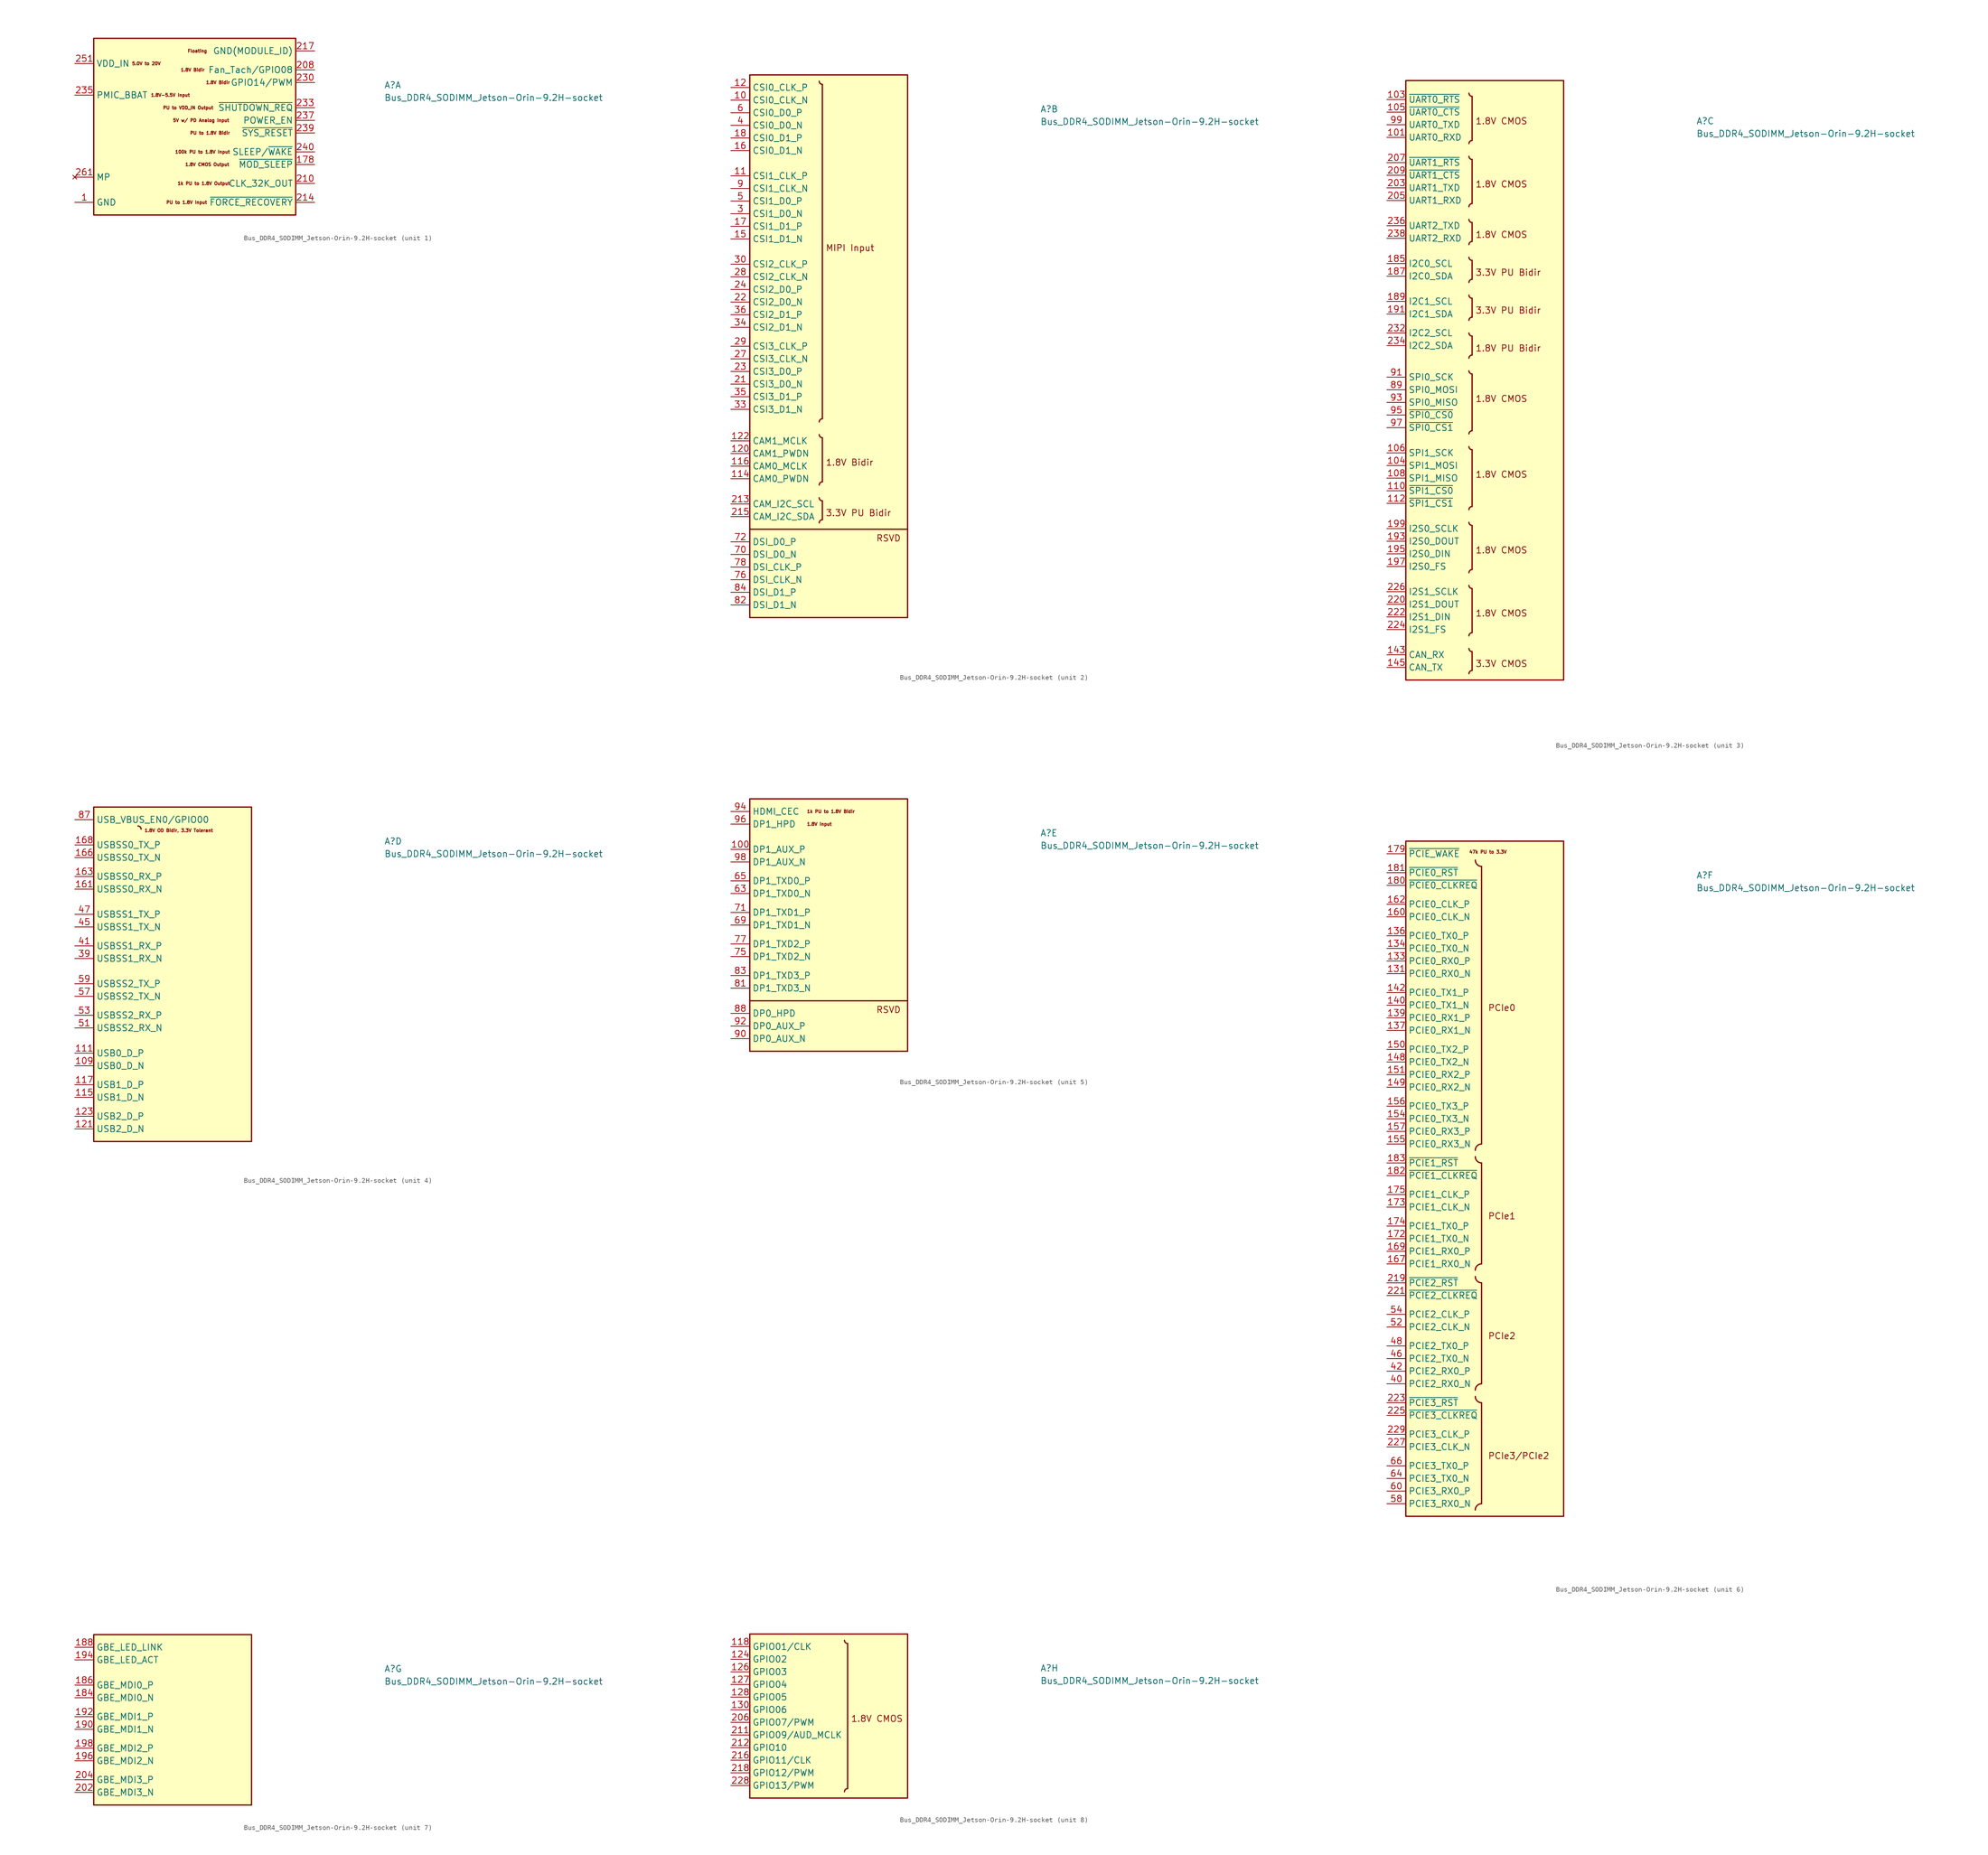
<source format=kicad_sym>
(kicad_symbol_lib
  (version 20211014)
  (generator kicad_symbol_editor)
  (symbol "Bus_DDR4_SODIMM_Jetson-Orin-9.2H-socket"
    (property "Reference" "A"
      (at 62.23 -5.08 0)
      (effects (font (size 1.27 1.27) (thickness 0.15)) (justify left bottom)))
    (property "Value" "Bus_DDR4_SODIMM_Jetson-Orin-9.2H-socket"
      (at 62.23 -7.62 0)
      (effects (font (size 1.27 1.27) (thickness 0.15)) (justify left bottom)))
    (property "ki_locked" ""
      (at 0 0 0)
      (effects (font (size 1.27 1.27))))
    (symbol "Bus_DDR4_SODIMM_Jetson-Orin-9.2H-socket_1_1"
      (rectangle (start 3.81 5.08) (end 44.45 -30.48) (stroke (width 0.254) (type default) (color 0 0 0 0)) (fill (type background)))
      (text "1.8V Bidir " (at 26.67 -1.27 0) (effects (font (size 0.635 0.635) (thickness 0.15)) (justify right)))
      (text "1.8V Bidir " (at 31.75 -3.81 0) (effects (font (size 0.635 0.635) (thickness 0.15)) (justify right)))
      (text "1.8V CMOS Output" (at 31.115 -20.32 0) (effects (font (size 0.635 0.635) (thickness 0.15)) (justify right)))
      (text "1.8V-5.5V Input" (at 15.24 -6.35 0) (effects (font (size 0.635 0.635) (thickness 0.15)) (justify left)))
      (text "100k PU to 1.8V Input " (at 31.75 -17.78 0) (effects (font (size 0.635 0.635) (thickness 0.15)) (justify right)))
      (text "1k PU to 1.8V Output " (at 31.75 -24.13 0) (effects (font (size 0.635 0.635) (thickness 0.15)) (justify right)))
      (text "5.0V to 20V" (at 11.43 0 0) (effects (font (size 0.635 0.635) (thickness 0.15)) (justify left)))
      (text "5V w/ PD Analog Input" (at 31.115 -11.43 0) (effects (font (size 0.635 0.635) (thickness 0.15)) (justify right)))
      (text "Floating" (at 26.67 2.54 0) (effects (font (size 0.635 0.635) (thickness 0.15)) (justify right)))
      (text "PU to 1.8V Bidir " (at 31.75 -13.97 0) (effects (font (size 0.635 0.635) (thickness 0.15)) (justify right)))
      (text "PU to 1.8V Input" (at 26.67 -27.94 0) (effects (font (size 0.635 0.635) (thickness 0.15)) (justify right)))
      (text "PU to VDD_IN Output" (at 27.94 -8.89 0) (effects (font (size 0.635 0.635) (thickness 0.15)) (justify right)))
      (pin passive line (at 0 -27.94 0) (length 3.81) (name "GND" (effects (font (size 1.27 1.27)))) (number "1" (effects (font (size 1.27 1.27)))))
      (pin passive line (at 0 -27.94 0) (length 3.81) hide (name "GND" (effects (font (size 1.27 1.27)))) (number "102" (effects (font (size 1.27 1.27)))))
      (pin passive line (at 0 -27.94 0) (length 3.81) hide (name "GND" (effects (font (size 1.27 1.27)))) (number "107" (effects (font (size 1.27 1.27)))))
      (pin passive line (at 0 -27.94 0) (length 3.81) hide (name "GND" (effects (font (size 1.27 1.27)))) (number "113" (effects (font (size 1.27 1.27)))))
      (pin passive line (at 0 -27.94 0) (length 3.81) hide (name "GND" (effects (font (size 1.27 1.27)))) (number "119" (effects (font (size 1.27 1.27)))))
      (pin passive line (at 0 -27.94 0) (length 3.81) hide (name "GND" (effects (font (size 1.27 1.27)))) (number "125" (effects (font (size 1.27 1.27)))))
      (pin passive line (at 0 -27.94 0) (length 3.81) hide (name "GND" (effects (font (size 1.27 1.27)))) (number "129" (effects (font (size 1.27 1.27)))))
      (pin passive line (at 0 -27.94 0) (length 3.81) hide (name "GND" (effects (font (size 1.27 1.27)))) (number "13" (effects (font (size 1.27 1.27)))))
      (pin passive line (at 0 -27.94 0) (length 3.81) hide (name "GND" (effects (font (size 1.27 1.27)))) (number "132" (effects (font (size 1.27 1.27)))))
      (pin passive line (at 0 -27.94 0) (length 3.81) hide (name "GND" (effects (font (size 1.27 1.27)))) (number "135" (effects (font (size 1.27 1.27)))))
      (pin passive line (at 0 -27.94 0) (length 3.81) hide (name "GND" (effects (font (size 1.27 1.27)))) (number "138" (effects (font (size 1.27 1.27)))))
      (pin passive line (at 0 -27.94 0) (length 3.81) hide (name "GND" (effects (font (size 1.27 1.27)))) (number "14" (effects (font (size 1.27 1.27)))))
      (pin passive line (at 0 -27.94 0) (length 3.81) hide (name "GND" (effects (font (size 1.27 1.27)))) (number "141" (effects (font (size 1.27 1.27)))))
      (pin passive line (at 0 -27.94 0) (length 3.81) hide (name "GND" (effects (font (size 1.27 1.27)))) (number "144" (effects (font (size 1.27 1.27)))))
      (pin passive line (at 0 -27.94 0) (length 3.81) hide (name "GND" (effects (font (size 1.27 1.27)))) (number "146" (effects (font (size 1.27 1.27)))))
      (pin passive line (at 0 -27.94 0) (length 3.81) hide (name "GND" (effects (font (size 1.27 1.27)))) (number "147" (effects (font (size 1.27 1.27)))))
      (pin passive line (at 0 -27.94 0) (length 3.81) hide (name "GND" (effects (font (size 1.27 1.27)))) (number "152" (effects (font (size 1.27 1.27)))))
      (pin passive line (at 0 -27.94 0) (length 3.81) hide (name "GND" (effects (font (size 1.27 1.27)))) (number "153" (effects (font (size 1.27 1.27)))))
      (pin passive line (at 0 -27.94 0) (length 3.81) hide (name "GND" (effects (font (size 1.27 1.27)))) (number "158" (effects (font (size 1.27 1.27)))))
      (pin passive line (at 0 -27.94 0) (length 3.81) hide (name "GND" (effects (font (size 1.27 1.27)))) (number "159" (effects (font (size 1.27 1.27)))))
      (pin passive line (at 0 -27.94 0) (length 3.81) hide (name "GND" (effects (font (size 1.27 1.27)))) (number "164" (effects (font (size 1.27 1.27)))))
      (pin passive line (at 0 -27.94 0) (length 3.81) hide (name "GND" (effects (font (size 1.27 1.27)))) (number "165" (effects (font (size 1.27 1.27)))))
      (pin passive line (at 0 -27.94 0) (length 3.81) hide (name "GND" (effects (font (size 1.27 1.27)))) (number "170" (effects (font (size 1.27 1.27)))))
      (pin passive line (at 0 -27.94 0) (length 3.81) hide (name "GND" (effects (font (size 1.27 1.27)))) (number "171" (effects (font (size 1.27 1.27)))))
      (pin passive line (at 0 -27.94 0) (length 3.81) hide (name "GND" (effects (font (size 1.27 1.27)))) (number "176" (effects (font (size 1.27 1.27)))))
      (pin passive line (at 0 -27.94 0) (length 3.81) hide (name "GND" (effects (font (size 1.27 1.27)))) (number "177" (effects (font (size 1.27 1.27)))))
      (pin passive line (at 48.26 -20.32 180) (length 3.81) (name "~{MOD_SLEEP}" (effects (font (size 1.27 1.27)))) (number "178" (effects (font (size 1.27 1.27)))))
      (pin passive line (at 0 -27.94 0) (length 3.81) hide (name "GND" (effects (font (size 1.27 1.27)))) (number "19" (effects (font (size 1.27 1.27)))))
      (pin passive line (at 0 -27.94 0) (length 3.81) hide (name "GND" (effects (font (size 1.27 1.27)))) (number "2" (effects (font (size 1.27 1.27)))))
      (pin passive line (at 0 -27.94 0) (length 3.81) hide (name "GND" (effects (font (size 1.27 1.27)))) (number "20" (effects (font (size 1.27 1.27)))))
      (pin passive line (at 0 -27.94 0) (length 3.81) hide (name "GND" (effects (font (size 1.27 1.27)))) (number "200" (effects (font (size 1.27 1.27)))))
      (pin passive line (at 0 -27.94 0) (length 3.81) hide (name "GND" (effects (font (size 1.27 1.27)))) (number "201" (effects (font (size 1.27 1.27)))))
      (pin passive line (at 48.26 -1.27 180) (length 3.81) (name "Fan_Tach/GPIO08" (effects (font (size 1.27 1.27)))) (number "208" (effects (font (size 1.27 1.27)))) (alternate "GPIO08" passive line) (alternate "GPIO08(Fan_Tach)" passive line))
      (pin passive line (at 48.26 -24.13 180) (length 3.81) (name "CLK_32K_OUT" (effects (font (size 1.27 1.27)))) (number "210" (effects (font (size 1.27 1.27)))))
      (pin passive line (at 48.26 -27.94 180) (length 3.81) (name "~{FORCE_RECOVERY}" (effects (font (size 1.27 1.27)))) (number "214" (effects (font (size 1.27 1.27)))))
      (pin passive line (at 48.26 2.54 180) (length 3.81) (name "GND(MODULE_ID)" (effects (font (size 1.27 1.27)))) (number "217" (effects (font (size 1.27 1.27)))))
      (pin passive line (at 48.26 -3.81 180) (length 3.81) (name "GPIO14/PWM" (effects (font (size 1.27 1.27)))) (number "230" (effects (font (size 1.27 1.27)))) (alternate "GPIO14" passive line) (alternate "GPIO14(PWM)" passive line))
      (pin passive line (at 0 -27.94 0) (length 3.81) hide (name "GND" (effects (font (size 1.27 1.27)))) (number "231" (effects (font (size 1.27 1.27)))))
      (pin passive line (at 48.26 -8.89 180) (length 3.81) (name "~{SHUTDOWN_REQ}" (effects (font (size 1.27 1.27)))) (number "233" (effects (font (size 1.27 1.27)))))
      (pin passive line (at 0 -6.35 0) (length 3.81) (name "PMIC_BBAT" (effects (font (size 1.27 1.27)))) (number "235" (effects (font (size 1.27 1.27)))))
      (pin passive line (at 48.26 -11.43 180) (length 3.81) (name "POWER_EN" (effects (font (size 1.27 1.27)))) (number "237" (effects (font (size 1.27 1.27)))))
      (pin passive line (at 48.26 -13.97 180) (length 3.81) (name "~{SYS_RESET}" (effects (font (size 1.27 1.27)))) (number "239" (effects (font (size 1.27 1.27)))))
      (pin passive line (at 48.26 -17.78 180) (length 3.81) (name "SLEEP/~{WAKE}" (effects (font (size 1.27 1.27)))) (number "240" (effects (font (size 1.27 1.27)))))
      (pin passive line (at 0 -27.94 0) (length 3.81) hide (name "GND" (effects (font (size 1.27 1.27)))) (number "241" (effects (font (size 1.27 1.27)))))
      (pin passive line (at 0 -27.94 0) (length 3.81) hide (name "GND" (effects (font (size 1.27 1.27)))) (number "242" (effects (font (size 1.27 1.27)))))
      (pin passive line (at 0 -27.94 0) (length 3.81) hide (name "GND" (effects (font (size 1.27 1.27)))) (number "243" (effects (font (size 1.27 1.27)))))
      (pin passive line (at 0 -27.94 0) (length 3.81) hide (name "GND" (effects (font (size 1.27 1.27)))) (number "244" (effects (font (size 1.27 1.27)))))
      (pin passive line (at 0 -27.94 0) (length 3.81) hide (name "GND" (effects (font (size 1.27 1.27)))) (number "245" (effects (font (size 1.27 1.27)))))
      (pin passive line (at 0 -27.94 0) (length 3.81) hide (name "GND" (effects (font (size 1.27 1.27)))) (number "246" (effects (font (size 1.27 1.27)))))
      (pin passive line (at 0 -27.94 0) (length 3.81) hide (name "GND" (effects (font (size 1.27 1.27)))) (number "247" (effects (font (size 1.27 1.27)))))
      (pin passive line (at 0 -27.94 0) (length 3.81) hide (name "GND" (effects (font (size 1.27 1.27)))) (number "248" (effects (font (size 1.27 1.27)))))
      (pin passive line (at 0 -27.94 0) (length 3.81) hide (name "GND" (effects (font (size 1.27 1.27)))) (number "249" (effects (font (size 1.27 1.27)))))
      (pin passive line (at 0 -27.94 0) (length 3.81) hide (name "GND" (effects (font (size 1.27 1.27)))) (number "25" (effects (font (size 1.27 1.27)))))
      (pin passive line (at 0 -27.94 0) (length 3.81) hide (name "GND" (effects (font (size 1.27 1.27)))) (number "250" (effects (font (size 1.27 1.27)))))
      (pin passive line (at 0 0 0) (length 3.81) (name "VDD_IN" (effects (font (size 1.27 1.27)))) (number "251" (effects (font (size 1.27 1.27)))))
      (pin passive line (at 0 0 0) (length 3.81) hide (name "VDD_IN" (effects (font (size 1.27 1.27)))) (number "252" (effects (font (size 1.27 1.27)))))
      (pin passive line (at 0 0 0) (length 3.81) hide (name "VDD_IN" (effects (font (size 1.27 1.27)))) (number "253" (effects (font (size 1.27 1.27)))))
      (pin passive line (at 0 0 0) (length 3.81) hide (name "VDD_IN" (effects (font (size 1.27 1.27)))) (number "254" (effects (font (size 1.27 1.27)))))
      (pin passive line (at 0 0 0) (length 3.81) hide (name "VDD_IN" (effects (font (size 1.27 1.27)))) (number "255" (effects (font (size 1.27 1.27)))))
      (pin passive line (at 0 0 0) (length 3.81) hide (name "VDD_IN" (effects (font (size 1.27 1.27)))) (number "256" (effects (font (size 1.27 1.27)))))
      (pin passive line (at 0 0 0) (length 3.81) hide (name "VDD_IN" (effects (font (size 1.27 1.27)))) (number "257" (effects (font (size 1.27 1.27)))))
      (pin passive line (at 0 0 0) (length 3.81) hide (name "VDD_IN" (effects (font (size 1.27 1.27)))) (number "258" (effects (font (size 1.27 1.27)))))
      (pin passive line (at 0 0 0) (length 3.81) hide (name "VDD_IN" (effects (font (size 1.27 1.27)))) (number "259" (effects (font (size 1.27 1.27)))))
      (pin passive line (at 0 -27.94 0) (length 3.81) hide (name "GND" (effects (font (size 1.27 1.27)))) (number "26" (effects (font (size 1.27 1.27)))))
      (pin passive line (at 0 0 0) (length 3.81) hide (name "VDD_IN" (effects (font (size 1.27 1.27)))) (number "260" (effects (font (size 1.27 1.27)))))
      (pin no_connect line (at 0 -22.86 0) (length 3.81) (name "MP" (effects (font (size 1.27 1.27)))) (number "261" (effects (font (size 1.27 1.27)))))
      (pin passive line (at 0 -22.86 0) (length 3.81) hide (name "MP" (effects (font (size 1.27 1.27)))) (number "262" (effects (font (size 1.27 1.27)))))
      (pin passive line (at 0 -27.94 0) (length 3.81) hide (name "GND" (effects (font (size 1.27 1.27)))) (number "31" (effects (font (size 1.27 1.27)))))
      (pin passive line (at 0 -27.94 0) (length 3.81) hide (name "GND" (effects (font (size 1.27 1.27)))) (number "32" (effects (font (size 1.27 1.27)))))
      (pin passive line (at 0 -27.94 0) (length 3.81) hide (name "GND" (effects (font (size 1.27 1.27)))) (number "37" (effects (font (size 1.27 1.27)))))
      (pin passive line (at 0 -27.94 0) (length 3.81) hide (name "GND" (effects (font (size 1.27 1.27)))) (number "38" (effects (font (size 1.27 1.27)))))
      (pin passive line (at 0 -27.94 0) (length 3.81) hide (name "GND" (effects (font (size 1.27 1.27)))) (number "43" (effects (font (size 1.27 1.27)))))
      (pin passive line (at 0 -27.94 0) (length 3.81) hide (name "GND" (effects (font (size 1.27 1.27)))) (number "44" (effects (font (size 1.27 1.27)))))
      (pin passive line (at 0 -27.94 0) (length 3.81) hide (name "GND" (effects (font (size 1.27 1.27)))) (number "49" (effects (font (size 1.27 1.27)))))
      (pin passive line (at 0 -27.94 0) (length 3.81) hide (name "GND" (effects (font (size 1.27 1.27)))) (number "50" (effects (font (size 1.27 1.27)))))
      (pin passive line (at 0 -27.94 0) (length 3.81) hide (name "GND" (effects (font (size 1.27 1.27)))) (number "55" (effects (font (size 1.27 1.27)))))
      (pin passive line (at 0 -27.94 0) (length 3.81) hide (name "GND" (effects (font (size 1.27 1.27)))) (number "56" (effects (font (size 1.27 1.27)))))
      (pin passive line (at 0 -27.94 0) (length 3.81) hide (name "GND" (effects (font (size 1.27 1.27)))) (number "61" (effects (font (size 1.27 1.27)))))
      (pin passive line (at 0 -27.94 0) (length 3.81) hide (name "GND" (effects (font (size 1.27 1.27)))) (number "62" (effects (font (size 1.27 1.27)))))
      (pin passive line (at 0 -27.94 0) (length 3.81) hide (name "GND" (effects (font (size 1.27 1.27)))) (number "67" (effects (font (size 1.27 1.27)))))
      (pin passive line (at 0 -27.94 0) (length 3.81) hide (name "GND" (effects (font (size 1.27 1.27)))) (number "68" (effects (font (size 1.27 1.27)))))
      (pin passive line (at 0 -27.94 0) (length 3.81) hide (name "GND" (effects (font (size 1.27 1.27)))) (number "7" (effects (font (size 1.27 1.27)))))
      (pin passive line (at 0 -27.94 0) (length 3.81) hide (name "GND" (effects (font (size 1.27 1.27)))) (number "73" (effects (font (size 1.27 1.27)))))
      (pin passive line (at 0 -27.94 0) (length 3.81) hide (name "GND" (effects (font (size 1.27 1.27)))) (number "74" (effects (font (size 1.27 1.27)))))
      (pin passive line (at 0 -27.94 0) (length 3.81) hide (name "GND" (effects (font (size 1.27 1.27)))) (number "79" (effects (font (size 1.27 1.27)))))
      (pin passive line (at 0 -27.94 0) (length 3.81) hide (name "GND" (effects (font (size 1.27 1.27)))) (number "8" (effects (font (size 1.27 1.27)))))
      (pin passive line (at 0 -27.94 0) (length 3.81) hide (name "GND" (effects (font (size 1.27 1.27)))) (number "80" (effects (font (size 1.27 1.27)))))
      (pin passive line (at 0 -27.94 0) (length 3.81) hide (name "GND" (effects (font (size 1.27 1.27)))) (number "85" (effects (font (size 1.27 1.27)))))
      (pin passive line (at 0 -27.94 0) (length 3.81) hide (name "GND" (effects (font (size 1.27 1.27)))) (number "86" (effects (font (size 1.27 1.27))))))
    (symbol "Bus_DDR4_SODIMM_Jetson-Orin-9.2H-socket_2_1"
      (polyline (pts (xy 3.81 -88.9) (xy 35.56 -88.9)) (stroke (width 0.254) (type default) (color 0 0 0 0)) (fill (type background)))
      (polyline (pts (xy 18.415 -83.185) (xy 18.415 -86.995)) (stroke (width 0.254) (type default) (color 0 0 0 0)) (fill (type background)))
      (polyline (pts (xy 18.415 -70.485) (xy 18.415 -79.375)) (stroke (width 0.254) (type default) (color 0 0 0 0)) (fill (type background)))
      (polyline (pts (xy 18.415 0.635) (xy 18.415 -66.675)) (stroke (width 0.254) (type default) (color 0 0 0 0)) (fill (type background)))
      (rectangle (start 3.81 2.54) (end 35.56 -106.68) (stroke (width 0.254) (type default) (color 0 0 0 0)) (fill (type background)))
      (arc (start 17.78 -82.55) (mid 17.331 -83.634) (end 18.415 -83.185) (stroke (width 0.254) (type default) (color 0 0 0 0)) (fill (type background)))
      (arc (start 17.78 -69.85) (mid 17.331 -70.934) (end 18.415 -70.485) (stroke (width 0.254) (type default) (color 0 0 0 0)) (fill (type background)))
      (arc (start 17.78 1.27) (mid 17.331 0.186) (end 18.415 0.635) (stroke (width 0.254) (type default) (color 0 0 0 0)) (fill (type background)))
      (arc (start 18.415 -86.995) (mid 17.3292 -86.5527) (end 17.78 -87.63) (stroke (width 0.254) (type default) (color 0 0 0 0)) (fill (type background)))
      (arc (start 18.415 -79.375) (mid 17.3292 -78.9327) (end 17.78 -80.01) (stroke (width 0.254) (type default) (color 0 0 0 0)) (fill (type background)))
      (arc (start 18.415 -66.675) (mid 17.3292 -66.2327) (end 17.78 -67.31) (stroke (width 0.254) (type default) (color 0 0 0 0)) (fill (type background)))
      (text "1.8V Bidir" (at 19.05 -76.2 0) (effects (font (size 1.27 1.27) (thickness 0.15)) (justify left bottom)))
      (text "3.3V PU Bidir" (at 19.05 -86.36 0) (effects (font (size 1.27 1.27) (thickness 0.15)) (justify left bottom)))
      (text "MIPI Input" (at 19.05 -33.02 0) (effects (font (size 1.27 1.27) (thickness 0.15)) (justify left bottom)))
      (text "RSVD" (at 29.21 -91.44 0) (effects (font (size 1.27 1.27) (thickness 0.15)) (justify left bottom)))
      (pin passive line (at 0 -2.54 0) (length 3.81) (name "CSI0_CLK_N" (effects (font (size 1.27 1.27)))) (number "10" (effects (font (size 1.27 1.27)))))
      (pin passive line (at 0 -17.78 0) (length 3.81) (name "CSI1_CLK_P" (effects (font (size 1.27 1.27)))) (number "11" (effects (font (size 1.27 1.27)))))
      (pin passive line (at 0 -78.74 0) (length 3.81) (name "CAM0_PWDN" (effects (font (size 1.27 1.27)))) (number "114" (effects (font (size 1.27 1.27)))))
      (pin passive line (at 0 -76.2 0) (length 3.81) (name "CAM0_MCLK" (effects (font (size 1.27 1.27)))) (number "116" (effects (font (size 1.27 1.27)))))
      (pin passive line (at 0 0 0) (length 3.81) (name "CSI0_CLK_P" (effects (font (size 1.27 1.27)))) (number "12" (effects (font (size 1.27 1.27)))))
      (pin passive line (at 0 -73.66 0) (length 3.81) (name "CAM1_PWDN" (effects (font (size 1.27 1.27)))) (number "120" (effects (font (size 1.27 1.27)))))
      (pin passive line (at 0 -71.12 0) (length 3.81) (name "CAM1_MCLK" (effects (font (size 1.27 1.27)))) (number "122" (effects (font (size 1.27 1.27)))))
      (pin passive line (at 0 -30.48 0) (length 3.81) (name "CSI1_D1_N" (effects (font (size 1.27 1.27)))) (number "15" (effects (font (size 1.27 1.27)))))
      (pin passive line (at 0 -12.7 0) (length 3.81) (name "CSI0_D1_N" (effects (font (size 1.27 1.27)))) (number "16" (effects (font (size 1.27 1.27)))))
      (pin passive line (at 0 -27.94 0) (length 3.81) (name "CSI1_D1_P" (effects (font (size 1.27 1.27)))) (number "17" (effects (font (size 1.27 1.27)))))
      (pin passive line (at 0 -10.16 0) (length 3.81) (name "CSI0_D1_P" (effects (font (size 1.27 1.27)))) (number "18" (effects (font (size 1.27 1.27)))))
      (pin passive line (at 0 -59.69 0) (length 3.81) (name "CSI3_D0_N" (effects (font (size 1.27 1.27)))) (number "21" (effects (font (size 1.27 1.27)))))
      (pin passive line (at 0 -83.82 0) (length 3.81) (name "CAM_I2C_SCL" (effects (font (size 1.27 1.27)))) (number "213" (effects (font (size 1.27 1.27)))))
      (pin passive line (at 0 -86.36 0) (length 3.81) (name "CAM_I2C_SDA" (effects (font (size 1.27 1.27)))) (number "215" (effects (font (size 1.27 1.27)))))
      (pin passive line (at 0 -43.18 0) (length 3.81) (name "CSI2_D0_N" (effects (font (size 1.27 1.27)))) (number "22" (effects (font (size 1.27 1.27)))))
      (pin passive line (at 0 -57.15 0) (length 3.81) (name "CSI3_D0_P" (effects (font (size 1.27 1.27)))) (number "23" (effects (font (size 1.27 1.27)))))
      (pin passive line (at 0 -40.64 0) (length 3.81) (name "CSI2_D0_P" (effects (font (size 1.27 1.27)))) (number "24" (effects (font (size 1.27 1.27)))))
      (pin passive line (at 0 -54.61 0) (length 3.81) (name "CSI3_CLK_N" (effects (font (size 1.27 1.27)))) (number "27" (effects (font (size 1.27 1.27)))))
      (pin passive line (at 0 -38.1 0) (length 3.81) (name "CSI2_CLK_N" (effects (font (size 1.27 1.27)))) (number "28" (effects (font (size 1.27 1.27)))))
      (pin passive line (at 0 -52.07 0) (length 3.81) (name "CSI3_CLK_P" (effects (font (size 1.27 1.27)))) (number "29" (effects (font (size 1.27 1.27)))))
      (pin passive line (at 0 -25.4 0) (length 3.81) (name "CSI1_D0_N" (effects (font (size 1.27 1.27)))) (number "3" (effects (font (size 1.27 1.27)))))
      (pin passive line (at 0 -35.56 0) (length 3.81) (name "CSI2_CLK_P" (effects (font (size 1.27 1.27)))) (number "30" (effects (font (size 1.27 1.27)))))
      (pin passive line (at 0 -64.77 0) (length 3.81) (name "CSI3_D1_N" (effects (font (size 1.27 1.27)))) (number "33" (effects (font (size 1.27 1.27)))))
      (pin passive line (at 0 -48.26 0) (length 3.81) (name "CSI2_D1_N" (effects (font (size 1.27 1.27)))) (number "34" (effects (font (size 1.27 1.27)))))
      (pin passive line (at 0 -62.23 0) (length 3.81) (name "CSI3_D1_P" (effects (font (size 1.27 1.27)))) (number "35" (effects (font (size 1.27 1.27)))))
      (pin passive line (at 0 -45.72 0) (length 3.81) (name "CSI2_D1_P" (effects (font (size 1.27 1.27)))) (number "36" (effects (font (size 1.27 1.27)))))
      (pin passive line (at 0 -7.62 0) (length 3.81) (name "CSI0_D0_N" (effects (font (size 1.27 1.27)))) (number "4" (effects (font (size 1.27 1.27)))))
      (pin passive line (at 0 -22.86 0) (length 3.81) (name "CSI1_D0_P" (effects (font (size 1.27 1.27)))) (number "5" (effects (font (size 1.27 1.27)))))
      (pin passive line (at 0 -5.08 0) (length 3.81) (name "CSI0_D0_P" (effects (font (size 1.27 1.27)))) (number "6" (effects (font (size 1.27 1.27)))))
      (pin passive line (at 0 -93.98 0) (length 3.81) (name "DSI_D0_N" (effects (font (size 1.27 1.27)))) (number "70" (effects (font (size 1.27 1.27)))))
      (pin passive line (at 0 -91.44 0) (length 3.81) (name "DSI_D0_P" (effects (font (size 1.27 1.27)))) (number "72" (effects (font (size 1.27 1.27)))))
      (pin passive line (at 0 -99.06 0) (length 3.81) (name "DSI_CLK_N" (effects (font (size 1.27 1.27)))) (number "76" (effects (font (size 1.27 1.27)))))
      (pin passive line (at 0 -96.52 0) (length 3.81) (name "DSI_CLK_P" (effects (font (size 1.27 1.27)))) (number "78" (effects (font (size 1.27 1.27)))))
      (pin passive line (at 0 -104.14 0) (length 3.81) (name "DSI_D1_N" (effects (font (size 1.27 1.27)))) (number "82" (effects (font (size 1.27 1.27)))))
      (pin passive line (at 0 -101.6 0) (length 3.81) (name "DSI_D1_P" (effects (font (size 1.27 1.27)))) (number "84" (effects (font (size 1.27 1.27)))))
      (pin passive line (at 0 -20.32 0) (length 3.81) (name "CSI1_CLK_N" (effects (font (size 1.27 1.27)))) (number "9" (effects (font (size 1.27 1.27))))))
    (symbol "Bus_DDR4_SODIMM_Jetson-Orin-9.2H-socket_3_1"
      (polyline (pts (xy 17.145 -111.12) (xy 17.145 -114.93)) (stroke (width 0.254) (type default) (color 0 0 0 0)) (fill (type background)))
      (polyline (pts (xy 17.145 -98.425) (xy 17.145 -107.315)) (stroke (width 0.254) (type default) (color 0 0 0 0)) (fill (type background)))
      (polyline (pts (xy 17.145 -85.725) (xy 17.145 -94.615)) (stroke (width 0.254) (type default) (color 0 0 0 0)) (fill (type background)))
      (polyline (pts (xy 17.145 -70.485) (xy 17.145 -81.92)) (stroke (width 0.254) (type default) (color 0 0 0 0)) (fill (type background)))
      (polyline (pts (xy 17.145 -55.24) (xy 17.145 -66.675)) (stroke (width 0.254) (type default) (color 0 0 0 0)) (fill (type background)))
      (polyline (pts (xy 17.145 -47.62) (xy 17.145 -51.43)) (stroke (width 0.254) (type default) (color 0 0 0 0)) (fill (type background)))
      (polyline (pts (xy 17.145 -40.005) (xy 17.145 -43.815)) (stroke (width 0.254) (type default) (color 0 0 0 0)) (fill (type background)))
      (polyline (pts (xy 17.145 -32.38) (xy 17.145 -36.19)) (stroke (width 0.254) (type default) (color 0 0 0 0)) (fill (type background)))
      (polyline (pts (xy 17.145 -24.765) (xy 17.145 -28.575)) (stroke (width 0.254) (type default) (color 0 0 0 0)) (fill (type background)))
      (polyline (pts (xy 17.145 -12.065) (xy 17.145 -20.955)) (stroke (width 0.254) (type default) (color 0 0 0 0)) (fill (type background)))
      (polyline (pts (xy 17.145 0.64) (xy 17.145 -8.25)) (stroke (width 0.254) (type default) (color 0 0 0 0)) (fill (type background)))
      (rectangle (start 3.81 3.81) (end 35.56 -116.84) (stroke (width 0.254) (type default) (color 0 0 0 0)) (fill (type background)))
      (arc (start 16.51 -110.485) (mid 16.061 -111.569) (end 17.145 -111.12) (stroke (width 0.254) (type default) (color 0 0 0 0)) (fill (type background)))
      (arc (start 16.51 -97.79) (mid 16.061 -98.874) (end 17.145 -98.425) (stroke (width 0.254) (type default) (color 0 0 0 0)) (fill (type background)))
      (arc (start 16.51 -85.09) (mid 16.061 -86.174) (end 17.145 -85.725) (stroke (width 0.254) (type default) (color 0 0 0 0)) (fill (type background)))
      (arc (start 16.51 -69.85) (mid 16.061 -70.934) (end 17.145 -70.485) (stroke (width 0.254) (type default) (color 0 0 0 0)) (fill (type background)))
      (arc (start 16.51 -54.605) (mid 16.061 -55.689) (end 17.145 -55.24) (stroke (width 0.254) (type default) (color 0 0 0 0)) (fill (type background)))
      (arc (start 16.51 -46.985) (mid 16.061 -48.069) (end 17.145 -47.62) (stroke (width 0.254) (type default) (color 0 0 0 0)) (fill (type background)))
      (arc (start 16.51 -39.37) (mid 16.061 -40.454) (end 17.145 -40.005) (stroke (width 0.254) (type default) (color 0 0 0 0)) (fill (type background)))
      (arc (start 16.51 -31.745) (mid 16.061 -32.829) (end 17.145 -32.38) (stroke (width 0.254) (type default) (color 0 0 0 0)) (fill (type background)))
      (arc (start 16.51 -24.13) (mid 16.061 -25.214) (end 17.145 -24.765) (stroke (width 0.254) (type default) (color 0 0 0 0)) (fill (type background)))
      (arc (start 16.51 -11.43) (mid 16.061 -12.514) (end 17.145 -12.065) (stroke (width 0.254) (type default) (color 0 0 0 0)) (fill (type background)))
      (arc (start 16.51 1.275) (mid 16.061 0.191) (end 17.145 0.64) (stroke (width 0.254) (type default) (color 0 0 0 0)) (fill (type background)))
      (arc (start 17.145 -114.935) (mid 16.061 -114.486) (end 16.51 -115.57) (stroke (width 0.254) (type default) (color 0 0 0 0)) (fill (type background)))
      (arc (start 17.145 -107.315) (mid 16.0592 -106.8727) (end 16.51 -107.95) (stroke (width 0.254) (type default) (color 0 0 0 0)) (fill (type background)))
      (arc (start 17.145 -94.615) (mid 16.0592 -94.1727) (end 16.51 -95.25) (stroke (width 0.254) (type default) (color 0 0 0 0)) (fill (type background)))
      (arc (start 17.145 -81.915) (mid 16.0592 -81.4727) (end 16.51 -82.55) (stroke (width 0.254) (type default) (color 0 0 0 0)) (fill (type background)))
      (arc (start 17.145 -66.67) (mid 16.061 -66.221) (end 16.51 -67.305) (stroke (width 0.254) (type default) (color 0 0 0 0)) (fill (type background)))
      (arc (start 17.145 -51.43) (mid 16.061 -50.981) (end 16.51 -52.065) (stroke (width 0.254) (type default) (color 0 0 0 0)) (fill (type background)))
      (arc (start 17.145 -43.815) (mid 16.0592 -43.3727) (end 16.51 -44.45) (stroke (width 0.254) (type default) (color 0 0 0 0)) (fill (type background)))
      (arc (start 17.145 -36.19) (mid 16.061 -35.741) (end 16.51 -36.825) (stroke (width 0.254) (type default) (color 0 0 0 0)) (fill (type background)))
      (arc (start 17.145 -28.575) (mid 16.0592 -28.1327) (end 16.51 -29.21) (stroke (width 0.254) (type default) (color 0 0 0 0)) (fill (type background)))
      (arc (start 17.145 -20.955) (mid 16.0592 -20.5127) (end 16.51 -21.59) (stroke (width 0.254) (type default) (color 0 0 0 0)) (fill (type background)))
      (arc (start 17.145 -8.25) (mid 16.061 -7.801) (end 16.51 -8.885) (stroke (width 0.254) (type default) (color 0 0 0 0)) (fill (type background)))
      (text "1.8V CMOS" (at 17.78 -104.14 0) (effects (font (size 1.27 1.27) (thickness 0.15)) (justify left bottom)))
      (text "1.8V CMOS" (at 17.78 -91.44 0) (effects (font (size 1.27 1.27) (thickness 0.15)) (justify left bottom)))
      (text "1.8V CMOS" (at 17.78 -76.2 0) (effects (font (size 1.27 1.27) (thickness 0.15)) (justify left bottom)))
      (text "1.8V CMOS" (at 17.78 -60.96 0) (effects (font (size 1.27 1.27) (thickness 0.15)) (justify left bottom)))
      (text "1.8V CMOS" (at 17.78 -27.94 0) (effects (font (size 1.27 1.27) (thickness 0.15)) (justify left bottom)))
      (text "1.8V CMOS" (at 17.78 -17.78 0) (effects (font (size 1.27 1.27) (thickness 0.15)) (justify left bottom)))
      (text "1.8V CMOS" (at 17.78 -5.08 0) (effects (font (size 1.27 1.27) (thickness 0.15)) (justify left bottom)))
      (text "1.8V PU Bidir" (at 17.78 -50.8 0) (effects (font (size 1.27 1.27) (thickness 0.15)) (justify left bottom)))
      (text "3.3V CMOS" (at 17.78 -114.3 0) (effects (font (size 1.27 1.27) (thickness 0.15)) (justify left bottom)))
      (text "3.3V PU Bidir" (at 17.78 -43.18 0) (effects (font (size 1.27 1.27) (thickness 0.15)) (justify left bottom)))
      (text "3.3V PU Bidir" (at 17.78 -35.56 0) (effects (font (size 1.27 1.27) (thickness 0.15)) (justify left bottom)))
      (pin passive line (at 0 -7.62 0) (length 3.81) (name "UART0_RXD" (effects (font (size 1.27 1.27)))) (number "101" (effects (font (size 1.27 1.27)))))
      (pin passive line (at 0 0 0) (length 3.81) (name "~{UART0_RTS}" (effects (font (size 1.27 1.27)))) (number "103" (effects (font (size 1.27 1.27)))))
      (pin passive line (at 0 -73.66 0) (length 3.81) (name "SPI1_MOSI" (effects (font (size 1.27 1.27)))) (number "104" (effects (font (size 1.27 1.27)))))
      (pin passive line (at 0 -2.54 0) (length 3.81) (name "~{UART0_CTS}" (effects (font (size 1.27 1.27)))) (number "105" (effects (font (size 1.27 1.27)))))
      (pin passive line (at 0 -71.12 0) (length 3.81) (name "SPI1_SCK" (effects (font (size 1.27 1.27)))) (number "106" (effects (font (size 1.27 1.27)))))
      (pin passive line (at 0 -76.2 0) (length 3.81) (name "SPI1_MISO" (effects (font (size 1.27 1.27)))) (number "108" (effects (font (size 1.27 1.27)))))
      (pin passive line (at 0 -78.74 0) (length 3.81) (name "~{SPI1_CS0}" (effects (font (size 1.27 1.27)))) (number "110" (effects (font (size 1.27 1.27)))))
      (pin passive line (at 0 -81.28 0) (length 3.81) (name "~{SPI1_CS1}" (effects (font (size 1.27 1.27)))) (number "112" (effects (font (size 1.27 1.27)))))
      (pin passive line (at 0 -111.76 0) (length 3.81) (name "CAN_RX" (effects (font (size 1.27 1.27)))) (number "143" (effects (font (size 1.27 1.27)))))
      (pin passive line (at 0 -114.3 0) (length 3.81) (name "CAN_TX" (effects (font (size 1.27 1.27)))) (number "145" (effects (font (size 1.27 1.27)))))
      (pin passive line (at 0 -33.02 0) (length 3.81) (name "I2C0_SCL" (effects (font (size 1.27 1.27)))) (number "185" (effects (font (size 1.27 1.27)))))
      (pin passive line (at 0 -35.56 0) (length 3.81) (name "I2C0_SDA" (effects (font (size 1.27 1.27)))) (number "187" (effects (font (size 1.27 1.27)))))
      (pin passive line (at 0 -40.64 0) (length 3.81) (name "I2C1_SCL" (effects (font (size 1.27 1.27)))) (number "189" (effects (font (size 1.27 1.27)))))
      (pin passive line (at 0 -43.18 0) (length 3.81) (name "I2C1_SDA" (effects (font (size 1.27 1.27)))) (number "191" (effects (font (size 1.27 1.27)))))
      (pin passive line (at 0 -88.9 0) (length 3.81) (name "I2S0_DOUT" (effects (font (size 1.27 1.27)))) (number "193" (effects (font (size 1.27 1.27)))))
      (pin passive line (at 0 -91.44 0) (length 3.81) (name "I2S0_DIN" (effects (font (size 1.27 1.27)))) (number "195" (effects (font (size 1.27 1.27)))))
      (pin passive line (at 0 -93.98 0) (length 3.81) (name "I2S0_FS" (effects (font (size 1.27 1.27)))) (number "197" (effects (font (size 1.27 1.27)))))
      (pin passive line (at 0 -86.36 0) (length 3.81) (name "I2S0_SCLK" (effects (font (size 1.27 1.27)))) (number "199" (effects (font (size 1.27 1.27)))))
      (pin passive line (at 0 -17.78 0) (length 3.81) (name "UART1_TXD" (effects (font (size 1.27 1.27)))) (number "203" (effects (font (size 1.27 1.27)))))
      (pin passive line (at 0 -20.32 0) (length 3.81) (name "UART1_RXD" (effects (font (size 1.27 1.27)))) (number "205" (effects (font (size 1.27 1.27)))))
      (pin passive line (at 0 -12.7 0) (length 3.81) (name "~{UART1_RTS}" (effects (font (size 1.27 1.27)))) (number "207" (effects (font (size 1.27 1.27)))))
      (pin passive line (at 0 -15.24 0) (length 3.81) (name "~{UART1_CTS}" (effects (font (size 1.27 1.27)))) (number "209" (effects (font (size 1.27 1.27)))))
      (pin passive line (at 0 -101.6 0) (length 3.81) (name "I2S1_DOUT" (effects (font (size 1.27 1.27)))) (number "220" (effects (font (size 1.27 1.27)))))
      (pin passive line (at 0 -104.14 0) (length 3.81) (name "I2S1_DIN" (effects (font (size 1.27 1.27)))) (number "222" (effects (font (size 1.27 1.27)))))
      (pin passive line (at 0 -106.68 0) (length 3.81) (name "I2S1_FS" (effects (font (size 1.27 1.27)))) (number "224" (effects (font (size 1.27 1.27)))))
      (pin passive line (at 0 -99.06 0) (length 3.81) (name "I2S1_SCLK" (effects (font (size 1.27 1.27)))) (number "226" (effects (font (size 1.27 1.27)))))
      (pin passive line (at 0 -46.99 0) (length 3.81) (name "I2C2_SCL" (effects (font (size 1.27 1.27)))) (number "232" (effects (font (size 1.27 1.27)))))
      (pin passive line (at 0 -49.53 0) (length 3.81) (name "I2C2_SDA" (effects (font (size 1.27 1.27)))) (number "234" (effects (font (size 1.27 1.27)))))
      (pin passive line (at 0 -25.4 0) (length 3.81) (name "UART2_TXD" (effects (font (size 1.27 1.27)))) (number "236" (effects (font (size 1.27 1.27)))))
      (pin passive line (at 0 -27.94 0) (length 3.81) (name "UART2_RXD" (effects (font (size 1.27 1.27)))) (number "238" (effects (font (size 1.27 1.27)))))
      (pin passive line (at 0 -58.42 0) (length 3.81) (name "SPI0_MOSI" (effects (font (size 1.27 1.27)))) (number "89" (effects (font (size 1.27 1.27)))))
      (pin passive line (at 0 -55.88 0) (length 3.81) (name "SPI0_SCK" (effects (font (size 1.27 1.27)))) (number "91" (effects (font (size 1.27 1.27)))))
      (pin passive line (at 0 -60.96 0) (length 3.81) (name "SPI0_MISO" (effects (font (size 1.27 1.27)))) (number "93" (effects (font (size 1.27 1.27)))))
      (pin passive line (at 0 -63.5 0) (length 3.81) (name "~{SPI0_CS0}" (effects (font (size 1.27 1.27)))) (number "95" (effects (font (size 1.27 1.27)))))
      (pin passive line (at 0 -66.04 0) (length 3.81) (name "~{SPI0_CS1}" (effects (font (size 1.27 1.27)))) (number "97" (effects (font (size 1.27 1.27)))))
      (pin passive line (at 0 -5.08 0) (length 3.81) (name "UART0_TXD" (effects (font (size 1.27 1.27)))) (number "99" (effects (font (size 1.27 1.27))))))
    (symbol "Bus_DDR4_SODIMM_Jetson-Orin-9.2H-socket_4_1"
      (rectangle (start 3.81 2.54) (end 35.56 -64.77) (stroke (width 0.254) (type default) (color 0 0 0 0)) (fill (type background)))
      (arc (start 13.335 -1.905) (mid 13.784 -0.821) (end 12.7 -1.27) (stroke (width 0.254) (type default) (color 0 0 0 0)) (fill (type background)))
      (text "1.8V OD Bidir, 3.3V Tolerant" (at 13.97 -2.54 0) (effects (font (size 0.635 0.635) (thickness 0.15)) (justify left bottom)))
      (pin passive line (at 0 -49.53 0) (length 3.81) (name "USB0_D_N" (effects (font (size 1.27 1.27)))) (number "109" (effects (font (size 1.27 1.27)))))
      (pin passive line (at 0 -46.99 0) (length 3.81) (name "USB0_D_P" (effects (font (size 1.27 1.27)))) (number "111" (effects (font (size 1.27 1.27)))))
      (pin passive line (at 0 -55.88 0) (length 3.81) (name "USB1_D_N" (effects (font (size 1.27 1.27)))) (number "115" (effects (font (size 1.27 1.27)))))
      (pin passive line (at 0 -53.34 0) (length 3.81) (name "USB1_D_P" (effects (font (size 1.27 1.27)))) (number "117" (effects (font (size 1.27 1.27)))))
      (pin passive line (at 0 -62.23 0) (length 3.81) (name "USB2_D_N" (effects (font (size 1.27 1.27)))) (number "121" (effects (font (size 1.27 1.27)))))
      (pin passive line (at 0 -59.69 0) (length 3.81) (name "USB2_D_P" (effects (font (size 1.27 1.27)))) (number "123" (effects (font (size 1.27 1.27)))))
      (pin passive line (at 0 -13.97 0) (length 3.81) (name "USBSS0_RX_N" (effects (font (size 1.27 1.27)))) (number "161" (effects (font (size 1.27 1.27)))))
      (pin passive line (at 0 -11.43 0) (length 3.81) (name "USBSS0_RX_P" (effects (font (size 1.27 1.27)))) (number "163" (effects (font (size 1.27 1.27)))))
      (pin passive line (at 0 -7.62 0) (length 3.81) (name "USBSS0_TX_N" (effects (font (size 1.27 1.27)))) (number "166" (effects (font (size 1.27 1.27)))))
      (pin passive line (at 0 -5.08 0) (length 3.81) (name "USBSS0_TX_P" (effects (font (size 1.27 1.27)))) (number "168" (effects (font (size 1.27 1.27)))))
      (pin passive line (at 0 -27.94 0) (length 3.81) (name "USBSS1_RX_N" (effects (font (size 1.27 1.27)))) (number "39" (effects (font (size 1.27 1.27)))))
      (pin passive line (at 0 -25.4 0) (length 3.81) (name "USBSS1_RX_P" (effects (font (size 1.27 1.27)))) (number "41" (effects (font (size 1.27 1.27)))))
      (pin passive line (at 0 -21.59 0) (length 3.81) (name "USBSS1_TX_N" (effects (font (size 1.27 1.27)))) (number "45" (effects (font (size 1.27 1.27)))))
      (pin passive line (at 0 -19.05 0) (length 3.81) (name "USBSS1_TX_P" (effects (font (size 1.27 1.27)))) (number "47" (effects (font (size 1.27 1.27)))))
      (pin passive line (at 0 -41.91 0) (length 3.81) (name "USBSS2_RX_N" (effects (font (size 1.27 1.27)))) (number "51" (effects (font (size 1.27 1.27)))))
      (pin passive line (at 0 -39.37 0) (length 3.81) (name "USBSS2_RX_P" (effects (font (size 1.27 1.27)))) (number "53" (effects (font (size 1.27 1.27)))))
      (pin passive line (at 0 -35.56 0) (length 3.81) (name "USBSS2_TX_N" (effects (font (size 1.27 1.27)))) (number "57" (effects (font (size 1.27 1.27)))))
      (pin passive line (at 0 -33.02 0) (length 3.81) (name "USBSS2_TX_P" (effects (font (size 1.27 1.27)))) (number "59" (effects (font (size 1.27 1.27)))))
      (pin passive line (at 0 0 0) (length 3.81) (name "USB_VBUS_EN0/GPIO00" (effects (font (size 1.27 1.27)))) (number "87" (effects (font (size 1.27 1.27)))) (alternate "GPIO00" passive line) (alternate "GPIO00(USB_VBUS_EN0)" passive line)))
    (symbol "Bus_DDR4_SODIMM_Jetson-Orin-9.2H-socket_5_1"
      (polyline (pts (xy 3.81 -38.1) (xy 35.56 -38.1)) (stroke (width 0.254) (type default) (color 0 0 0 0)) (fill (type background)))
      (rectangle (start 3.81 2.54) (end 35.56 -48.26) (stroke (width 0.254) (type default) (color 0 0 0 0)) (fill (type background)))
      (text "1.8V Input" (at 15.24 -2.54 0) (effects (font (size 0.635 0.635) (thickness 0.15)) (justify left)))
      (text "1k PU to 1.8V Bidir" (at 15.24 0 0) (effects (font (size 0.635 0.635) (thickness 0.15)) (justify left)))
      (text "RSVD" (at 29.21 -40.64 0) (effects (font (size 1.27 1.27) (thickness 0.15)) (justify left bottom)))
      (pin passive line (at 0 -7.62 0) (length 3.81) (name "DP1_AUX_P" (effects (font (size 1.27 1.27)))) (number "100" (effects (font (size 1.27 1.27)))))
      (pin passive line (at 0 -16.51 0) (length 3.81) (name "DP1_TXD0_N" (effects (font (size 1.27 1.27)))) (number "63" (effects (font (size 1.27 1.27)))))
      (pin passive line (at 0 -13.97 0) (length 3.81) (name "DP1_TXD0_P" (effects (font (size 1.27 1.27)))) (number "65" (effects (font (size 1.27 1.27)))))
      (pin passive line (at 0 -22.86 0) (length 3.81) (name "DP1_TXD1_N" (effects (font (size 1.27 1.27)))) (number "69" (effects (font (size 1.27 1.27)))))
      (pin passive line (at 0 -20.32 0) (length 3.81) (name "DP1_TXD1_P" (effects (font (size 1.27 1.27)))) (number "71" (effects (font (size 1.27 1.27)))))
      (pin passive line (at 0 -29.21 0) (length 3.81) (name "DP1_TXD2_N" (effects (font (size 1.27 1.27)))) (number "75" (effects (font (size 1.27 1.27)))))
      (pin passive line (at 0 -26.67 0) (length 3.81) (name "DP1_TXD2_P" (effects (font (size 1.27 1.27)))) (number "77" (effects (font (size 1.27 1.27)))))
      (pin passive line (at 0 -35.56 0) (length 3.81) (name "DP1_TXD3_N" (effects (font (size 1.27 1.27)))) (number "81" (effects (font (size 1.27 1.27)))))
      (pin passive line (at 0 -33.02 0) (length 3.81) (name "DP1_TXD3_P" (effects (font (size 1.27 1.27)))) (number "83" (effects (font (size 1.27 1.27)))))
      (pin passive line (at 0 -40.64 0) (length 3.81) (name "DP0_HPD" (effects (font (size 1.27 1.27)))) (number "88" (effects (font (size 1.27 1.27)))))
      (pin passive line (at 0 -45.72 0) (length 3.81) (name "DP0_AUX_N" (effects (font (size 1.27 1.27)))) (number "90" (effects (font (size 1.27 1.27)))))
      (pin passive line (at 0 -43.18 0) (length 3.81) (name "DP0_AUX_P" (effects (font (size 1.27 1.27)))) (number "92" (effects (font (size 1.27 1.27)))))
      (pin passive line (at 0 0 0) (length 3.81) (name "HDMI_CEC" (effects (font (size 1.27 1.27)))) (number "94" (effects (font (size 1.27 1.27)))))
      (pin passive line (at 0 -2.54 0) (length 3.81) (name "DP1_HPD" (effects (font (size 1.27 1.27)))) (number "96" (effects (font (size 1.27 1.27)))))
      (pin passive line (at 0 -10.16 0) (length 3.81) (name "DP1_AUX_N" (effects (font (size 1.27 1.27)))) (number "98" (effects (font (size 1.27 1.27))))))
    (symbol "Bus_DDR4_SODIMM_Jetson-Orin-9.2H-socket_6_1"
      (polyline (pts (xy 19.05 -130.81) (xy 19.05 -110.49)) (stroke (width 0.254) (type default) (color 0 0 0 0)) (fill (type none)))
      (polyline (pts (xy 19.05 -106.68) (xy 19.05 -86.36)) (stroke (width 0.254) (type default) (color 0 0 0 0)) (fill (type none)))
      (polyline (pts (xy 19.05 -82.55) (xy 19.05 -62.23)) (stroke (width 0.254) (type default) (color 0 0 0 0)) (fill (type none)))
      (polyline (pts (xy 19.05 -58.42) (xy 19.05 -2.54)) (stroke (width 0.254) (type default) (color 0 0 0 0)) (fill (type none)))
      (rectangle (start 3.81 2.54) (end 35.56 -133.35) (stroke (width 0.254) (type default) (color 0 0 0 0)) (fill (type background)))
      (arc (start 17.78 -109.22) (mid 16.882 -111.388) (end 19.05 -110.49) (stroke (width 0.254) (type default) (color 0 0 0 0)) (fill (type none)))
      (arc (start 17.78 -85.09) (mid 16.882 -87.258) (end 19.05 -86.36) (stroke (width 0.254) (type default) (color 0 0 0 0)) (fill (type none)))
      (arc (start 17.78 -60.96) (mid 16.882 -63.128) (end 19.05 -62.23) (stroke (width 0.254) (type default) (color 0 0 0 0)) (fill (type none)))
      (arc (start 17.78 -1.27) (mid 16.882 -3.438) (end 19.05 -2.54) (stroke (width 0.254) (type default) (color 0 0 0 0)) (fill (type none)))
      (arc (start 19.05 -130.81) (mid 16.882 -129.912) (end 17.78 -132.08) (stroke (width 0.254) (type default) (color 0 0 0 0)) (fill (type none)))
      (arc (start 19.05 -106.68) (mid 16.882 -105.782) (end 17.78 -107.95) (stroke (width 0.254) (type default) (color 0 0 0 0)) (fill (type none)))
      (arc (start 19.05 -82.55) (mid 16.882 -81.652) (end 17.78 -83.82) (stroke (width 0.254) (type default) (color 0 0 0 0)) (fill (type none)))
      (arc (start 19.05 -58.42) (mid 16.882 -57.522) (end 17.78 -59.69) (stroke (width 0.254) (type default) (color 0 0 0 0)) (fill (type none)))
      (text "47k PU to 3.3V" (at 16.51 0 0) (effects (font (size 0.635 0.635) (thickness 0.15)) (justify left bottom)))
      (text "PCIe0" (at 20.32 -31.75 0) (effects (font (size 1.27 1.27) (thickness 0.15)) (justify left bottom)))
      (text "PCIe1" (at 20.32 -73.66 0) (effects (font (size 1.27 1.27) (thickness 0.15)) (justify left bottom)))
      (text "PCIe2" (at 20.32 -97.79 0) (effects (font (size 1.27 1.27) (thickness 0.15)) (justify left bottom)))
      (text "PCIe3/PCIe2" (at 20.32 -121.92 0) (effects (font (size 1.27 1.27) (thickness 0.15)) (justify left bottom)))
      (pin passive line (at 0 -24.13 0) (length 3.81) (name "PCIE0_RX0_N" (effects (font (size 1.27 1.27)))) (number "131" (effects (font (size 1.27 1.27)))))
      (pin passive line (at 0 -21.59 0) (length 3.81) (name "PCIE0_RX0_P" (effects (font (size 1.27 1.27)))) (number "133" (effects (font (size 1.27 1.27)))))
      (pin passive line (at 0 -19.05 0) (length 3.81) (name "PCIE0_TX0_N" (effects (font (size 1.27 1.27)))) (number "134" (effects (font (size 1.27 1.27)))))
      (pin passive line (at 0 -16.51 0) (length 3.81) (name "PCIE0_TX0_P" (effects (font (size 1.27 1.27)))) (number "136" (effects (font (size 1.27 1.27)))))
      (pin passive line (at 0 -35.56 0) (length 3.81) (name "PCIE0_RX1_N" (effects (font (size 1.27 1.27)))) (number "137" (effects (font (size 1.27 1.27)))))
      (pin passive line (at 0 -33.02 0) (length 3.81) (name "PCIE0_RX1_P" (effects (font (size 1.27 1.27)))) (number "139" (effects (font (size 1.27 1.27)))))
      (pin passive line (at 0 -30.48 0) (length 3.81) (name "PCIE0_TX1_N" (effects (font (size 1.27 1.27)))) (number "140" (effects (font (size 1.27 1.27)))))
      (pin passive line (at 0 -27.94 0) (length 3.81) (name "PCIE0_TX1_P" (effects (font (size 1.27 1.27)))) (number "142" (effects (font (size 1.27 1.27)))))
      (pin passive line (at 0 -41.91 0) (length 3.81) (name "PCIE0_TX2_N" (effects (font (size 1.27 1.27)))) (number "148" (effects (font (size 1.27 1.27)))))
      (pin passive line (at 0 -46.99 0) (length 3.81) (name "PCIE0_RX2_N" (effects (font (size 1.27 1.27)))) (number "149" (effects (font (size 1.27 1.27)))))
      (pin passive line (at 0 -39.37 0) (length 3.81) (name "PCIE0_TX2_P" (effects (font (size 1.27 1.27)))) (number "150" (effects (font (size 1.27 1.27)))))
      (pin passive line (at 0 -44.45 0) (length 3.81) (name "PCIE0_RX2_P" (effects (font (size 1.27 1.27)))) (number "151" (effects (font (size 1.27 1.27)))))
      (pin passive line (at 0 -53.34 0) (length 3.81) (name "PCIE0_TX3_N" (effects (font (size 1.27 1.27)))) (number "154" (effects (font (size 1.27 1.27)))))
      (pin passive line (at 0 -58.42 0) (length 3.81) (name "PCIE0_RX3_N" (effects (font (size 1.27 1.27)))) (number "155" (effects (font (size 1.27 1.27)))))
      (pin passive line (at 0 -50.8 0) (length 3.81) (name "PCIE0_TX3_P" (effects (font (size 1.27 1.27)))) (number "156" (effects (font (size 1.27 1.27)))))
      (pin passive line (at 0 -55.88 0) (length 3.81) (name "PCIE0_RX3_P" (effects (font (size 1.27 1.27)))) (number "157" (effects (font (size 1.27 1.27)))))
      (pin passive line (at 0 -12.7 0) (length 3.81) (name "PCIE0_CLK_N" (effects (font (size 1.27 1.27)))) (number "160" (effects (font (size 1.27 1.27)))))
      (pin passive line (at 0 -10.16 0) (length 3.81) (name "PCIE0_CLK_P" (effects (font (size 1.27 1.27)))) (number "162" (effects (font (size 1.27 1.27)))))
      (pin passive line (at 0 -82.55 0) (length 3.81) (name "PCIE1_RX0_N" (effects (font (size 1.27 1.27)))) (number "167" (effects (font (size 1.27 1.27)))))
      (pin passive line (at 0 -80.01 0) (length 3.81) (name "PCIE1_RX0_P" (effects (font (size 1.27 1.27)))) (number "169" (effects (font (size 1.27 1.27)))))
      (pin passive line (at 0 -77.47 0) (length 3.81) (name "PCIE1_TX0_N" (effects (font (size 1.27 1.27)))) (number "172" (effects (font (size 1.27 1.27)))))
      (pin passive line (at 0 -71.12 0) (length 3.81) (name "PCIE1_CLK_N" (effects (font (size 1.27 1.27)))) (number "173" (effects (font (size 1.27 1.27)))))
      (pin passive line (at 0 -74.93 0) (length 3.81) (name "PCIE1_TX0_P" (effects (font (size 1.27 1.27)))) (number "174" (effects (font (size 1.27 1.27)))))
      (pin passive line (at 0 -68.58 0) (length 3.81) (name "PCIE1_CLK_P" (effects (font (size 1.27 1.27)))) (number "175" (effects (font (size 1.27 1.27)))))
      (pin passive line (at 0 0 0) (length 3.81) (name "~{PCIE_WAKE}" (effects (font (size 1.27 1.27)))) (number "179" (effects (font (size 1.27 1.27)))))
      (pin passive line (at 0 -6.35 0) (length 3.81) (name "~{PCIE0_CLKREQ}" (effects (font (size 1.27 1.27)))) (number "180" (effects (font (size 1.27 1.27)))))
      (pin passive line (at 0 -3.81 0) (length 3.81) (name "~{PCIE0_RST}" (effects (font (size 1.27 1.27)))) (number "181" (effects (font (size 1.27 1.27)))))
      (pin passive line (at 0 -64.77 0) (length 3.81) (name "~{PCIE1_CLKREQ}" (effects (font (size 1.27 1.27)))) (number "182" (effects (font (size 1.27 1.27)))))
      (pin passive line (at 0 -62.23 0) (length 3.81) (name "~{PCIE1_RST}" (effects (font (size 1.27 1.27)))) (number "183" (effects (font (size 1.27 1.27)))))
      (pin passive line (at 0 -86.36 0) (length 3.81) (name "~{PCIE2_RST}" (effects (font (size 1.27 1.27)))) (number "219" (effects (font (size 1.27 1.27)))))
      (pin passive line (at 0 -88.9 0) (length 3.81) (name "~{PCIE2_CLKREQ}" (effects (font (size 1.27 1.27)))) (number "221" (effects (font (size 1.27 1.27)))))
      (pin passive line (at 0 -110.49 0) (length 3.81) (name "~{PCIE3_RST}" (effects (font (size 1.27 1.27)))) (number "223" (effects (font (size 1.27 1.27)))))
      (pin passive line (at 0 -113.03 0) (length 3.81) (name "~{PCIE3_CLKREQ}" (effects (font (size 1.27 1.27)))) (number "225" (effects (font (size 1.27 1.27)))))
      (pin passive line (at 0 -119.38 0) (length 3.81) (name "PCIE3_CLK_N" (effects (font (size 1.27 1.27)))) (number "227" (effects (font (size 1.27 1.27)))))
      (pin passive line (at 0 -116.84 0) (length 3.81) (name "PCIE3_CLK_P" (effects (font (size 1.27 1.27)))) (number "229" (effects (font (size 1.27 1.27)))))
      (pin passive line (at 0 -106.68 0) (length 3.81) (name "PCIE2_RX0_N" (effects (font (size 1.27 1.27)))) (number "40" (effects (font (size 1.27 1.27)))))
      (pin passive line (at 0 -104.14 0) (length 3.81) (name "PCIE2_RX0_P" (effects (font (size 1.27 1.27)))) (number "42" (effects (font (size 1.27 1.27)))))
      (pin passive line (at 0 -101.6 0) (length 3.81) (name "PCIE2_TX0_N" (effects (font (size 1.27 1.27)))) (number "46" (effects (font (size 1.27 1.27)))))
      (pin passive line (at 0 -99.06 0) (length 3.81) (name "PCIE2_TX0_P" (effects (font (size 1.27 1.27)))) (number "48" (effects (font (size 1.27 1.27)))))
      (pin passive line (at 0 -95.25 0) (length 3.81) (name "PCIE2_CLK_N" (effects (font (size 1.27 1.27)))) (number "52" (effects (font (size 1.27 1.27)))))
      (pin passive line (at 0 -92.71 0) (length 3.81) (name "PCIE2_CLK_P" (effects (font (size 1.27 1.27)))) (number "54" (effects (font (size 1.27 1.27)))))
      (pin passive line (at 0 -130.81 0) (length 3.81) (name "PCIE3_RX0_N" (effects (font (size 1.27 1.27)))) (number "58" (effects (font (size 1.27 1.27)))) (alternate "PCIE2_RX1_N" passive line))
      (pin passive line (at 0 -128.27 0) (length 3.81) (name "PCIE3_RX0_P" (effects (font (size 1.27 1.27)))) (number "60" (effects (font (size 1.27 1.27)))) (alternate "PCIE2_RX1_P" passive line))
      (pin passive line (at 0 -125.73 0) (length 3.81) (name "PCIE3_TX0_N" (effects (font (size 1.27 1.27)))) (number "64" (effects (font (size 1.27 1.27)))) (alternate "PCIE2_TX1_N" passive line))
      (pin passive line (at 0 -123.19 0) (length 3.81) (name "PCIE3_TX0_P" (effects (font (size 1.27 1.27)))) (number "66" (effects (font (size 1.27 1.27)))) (alternate "PCIE2_TX1_P" passive line)))
    (symbol "Bus_DDR4_SODIMM_Jetson-Orin-9.2H-socket_7_1"
      (rectangle (start 3.81 2.54) (end 35.56 -31.75) (stroke (width 0.254) (type default) (color 0 0 0 0)) (fill (type background)))
      (pin passive line (at 0 -10.16 0) (length 3.81) (name "GBE_MDI0_N" (effects (font (size 1.27 1.27)))) (number "184" (effects (font (size 1.27 1.27)))))
      (pin passive line (at 0 -7.62 0) (length 3.81) (name "GBE_MDI0_P" (effects (font (size 1.27 1.27)))) (number "186" (effects (font (size 1.27 1.27)))))
      (pin passive line (at 0 0 0) (length 3.81) (name "GBE_LED_LINK" (effects (font (size 1.27 1.27)))) (number "188" (effects (font (size 1.27 1.27)))))
      (pin passive line (at 0 -16.51 0) (length 3.81) (name "GBE_MDI1_N" (effects (font (size 1.27 1.27)))) (number "190" (effects (font (size 1.27 1.27)))))
      (pin passive line (at 0 -13.97 0) (length 3.81) (name "GBE_MDI1_P" (effects (font (size 1.27 1.27)))) (number "192" (effects (font (size 1.27 1.27)))))
      (pin passive line (at 0 -2.54 0) (length 3.81) (name "GBE_LED_ACT" (effects (font (size 1.27 1.27)))) (number "194" (effects (font (size 1.27 1.27)))))
      (pin passive line (at 0 -22.86 0) (length 3.81) (name "GBE_MDI2_N" (effects (font (size 1.27 1.27)))) (number "196" (effects (font (size 1.27 1.27)))))
      (pin passive line (at 0 -20.32 0) (length 3.81) (name "GBE_MDI2_P" (effects (font (size 1.27 1.27)))) (number "198" (effects (font (size 1.27 1.27)))))
      (pin passive line (at 0 -29.21 0) (length 3.81) (name "GBE_MDI3_N" (effects (font (size 1.27 1.27)))) (number "202" (effects (font (size 1.27 1.27)))))
      (pin passive line (at 0 -26.67 0) (length 3.81) (name "GBE_MDI3_P" (effects (font (size 1.27 1.27)))) (number "204" (effects (font (size 1.27 1.27))))))
    (symbol "Bus_DDR4_SODIMM_Jetson-Orin-9.2H-socket_8_1"
      (polyline (pts (xy 23.495 0.635) (xy 23.495 -28.575)) (stroke (width 0.254) (type default) (color 0 0 0 0)) (fill (type background)))
      (rectangle (start 3.81 2.54) (end 35.56 -30.48) (stroke (width 0.254) (type default) (color 0 0 0 0)) (fill (type background)))
      (arc (start 22.86 1.27) (mid 22.411 0.186) (end 23.495 0.635) (stroke (width 0.254) (type default) (color 0 0 0 0)) (fill (type background)))
      (arc (start 23.495 -28.575) (mid 22.4092 -28.1327) (end 22.86 -29.21) (stroke (width 0.254) (type default) (color 0 0 0 0)) (fill (type background)))
      (text "1.8V CMOS" (at 24.13 -15.24 0) (effects (font (size 1.27 1.27) (thickness 0.15)) (justify left bottom)))
      (pin passive line (at 0 0 0) (length 3.81) (name "GPIO01/CLK" (effects (font (size 1.27 1.27)))) (number "118" (effects (font (size 1.27 1.27)))) (alternate "GPIO01" passive line) (alternate "GPIO01(CLK)" passive line))
      (pin passive line (at 0 -2.54 0) (length 3.81) (name "GPIO02" (effects (font (size 1.27 1.27)))) (number "124" (effects (font (size 1.27 1.27)))))
      (pin passive line (at 0 -5.08 0) (length 3.81) (name "GPIO03" (effects (font (size 1.27 1.27)))) (number "126" (effects (font (size 1.27 1.27)))))
      (pin passive line (at 0 -7.62 0) (length 3.81) (name "GPIO04" (effects (font (size 1.27 1.27)))) (number "127" (effects (font (size 1.27 1.27)))))
      (pin passive line (at 0 -10.16 0) (length 3.81) (name "GPIO05" (effects (font (size 1.27 1.27)))) (number "128" (effects (font (size 1.27 1.27)))))
      (pin passive line (at 0 -12.7 0) (length 3.81) (name "GPIO06" (effects (font (size 1.27 1.27)))) (number "130" (effects (font (size 1.27 1.27)))))
      (pin passive line (at 0 -15.24 0) (length 3.81) (name "GPIO07/PWM" (effects (font (size 1.27 1.27)))) (number "206" (effects (font (size 1.27 1.27)))) (alternate "GPIO07" passive line) (alternate "GPIO07(PWM)" passive line))
      (pin passive line (at 0 -17.78 0) (length 3.81) (name "GPIO09/AUD_MCLK" (effects (font (size 1.27 1.27)))) (number "211" (effects (font (size 1.27 1.27)))) (alternate "GPIO09" passive line) (alternate "GPIO09(AUD_MCLK)" passive line))
      (pin passive line (at 0 -20.32 0) (length 3.81) (name "GPIO10" (effects (font (size 1.27 1.27)))) (number "212" (effects (font (size 1.27 1.27)))))
      (pin passive line (at 0 -22.86 0) (length 3.81) (name "GPIO11/CLK" (effects (font (size 1.27 1.27)))) (number "216" (effects (font (size 1.27 1.27)))) (alternate "GPIO11" passive line) (alternate "GPIO11(CLK)" passive line))
      (pin passive line (at 0 -25.4 0) (length 3.81) (name "GPIO12/PWM" (effects (font (size 1.27 1.27)))) (number "218" (effects (font (size 1.27 1.27)))) (alternate "GPIO12" passive line) (alternate "GPIO12(PWM)" passive line))
      (pin passive line (at 0 -27.94 0) (length 3.81) (name "GPIO13/PWM" (effects (font (size 1.27 1.27)))) (number "228" (effects (font (size 1.27 1.27)))) (alternate "GPIO13" passive line) (alternate "GPIO13(PWM)" passive line)))))
</source>
